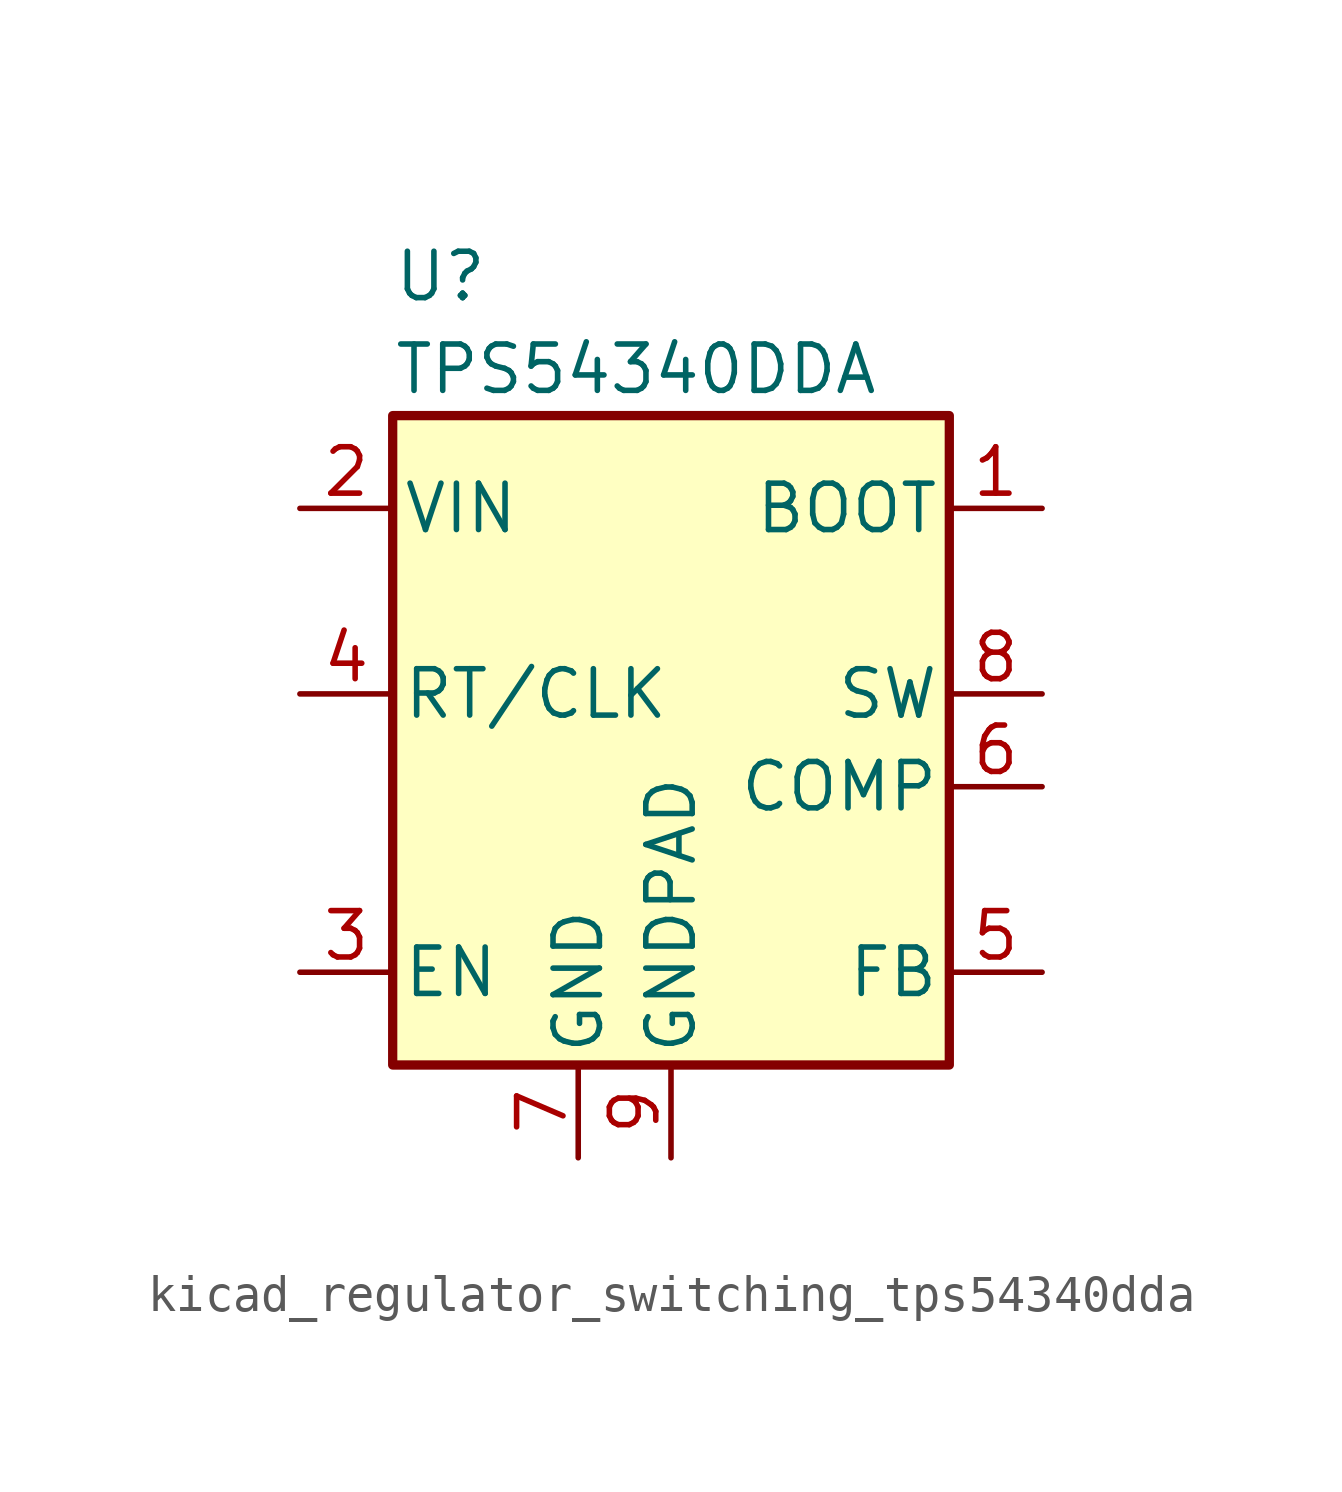
<source format=kicad_sym>
(kicad_symbol_lib
  (version 20220914)
  (generator kicad_symbol_editor)
  (symbol "kicad_regulator_switching_tps54340dda"
    (pin_names
      (offset 0.254))
    (property "Reference" "U"
      (at -7.62 11.43 0)
      (effects (font (size 1.27 1.27)) (justify left)))
    (property "Value" "TPS54340DDA"
      (at -7.62 8.89 0)
      (effects (font (size 1.27 1.27)) (justify left)))
    (symbol "kicad_regulator_switching_tps54340dda_0_1"
      (rectangle (start -7.62 7.62) (end 7.62 -10.16) (stroke (width 0.254) (type default)) (fill (type background))))
    (symbol "kicad_regulator_switching_tps54340dda_1_1"
      (pin input line (at 10.16 5.08 180) (length 2.54) (name "BOOT" (effects (font (size 1.27 1.27)))) (number "1" (effects (font (size 1.27 1.27)))))
      (pin power_in line (at -10.16 5.08 0) (length 2.54) (name "VIN" (effects (font (size 1.27 1.27)))) (number "2" (effects (font (size 1.27 1.27)))))
      (pin input line (at -10.16 -7.62 0) (length 2.54) (name "EN" (effects (font (size 1.27 1.27)))) (number "3" (effects (font (size 1.27 1.27)))))
      (pin input line (at -10.16 0 0) (length 2.54) (name "RT/CLK" (effects (font (size 1.27 1.27)))) (number "4" (effects (font (size 1.27 1.27)))))
      (pin input line (at 10.16 -7.62 180) (length 2.54) (name "FB" (effects (font (size 1.27 1.27)))) (number "5" (effects (font (size 1.27 1.27)))))
      (pin passive line (at 10.16 -2.54 180) (length 2.54) (name "COMP" (effects (font (size 1.27 1.27)))) (number "6" (effects (font (size 1.27 1.27)))))
      (pin power_in line (at -2.54 -12.7 90) (length 2.54) (name "GND" (effects (font (size 1.27 1.27)))) (number "7" (effects (font (size 1.27 1.27)))))
      (pin output line (at 10.16 0 180) (length 2.54) (name "SW" (effects (font (size 1.27 1.27)))) (number "8" (effects (font (size 1.27 1.27)))))
      (pin power_in line (at 0 -12.7 90) (length 2.54) (name "GNDPAD" (effects (font (size 1.27 1.27)))) (number "9" (effects (font (size 1.27 1.27))))))))
</source>
